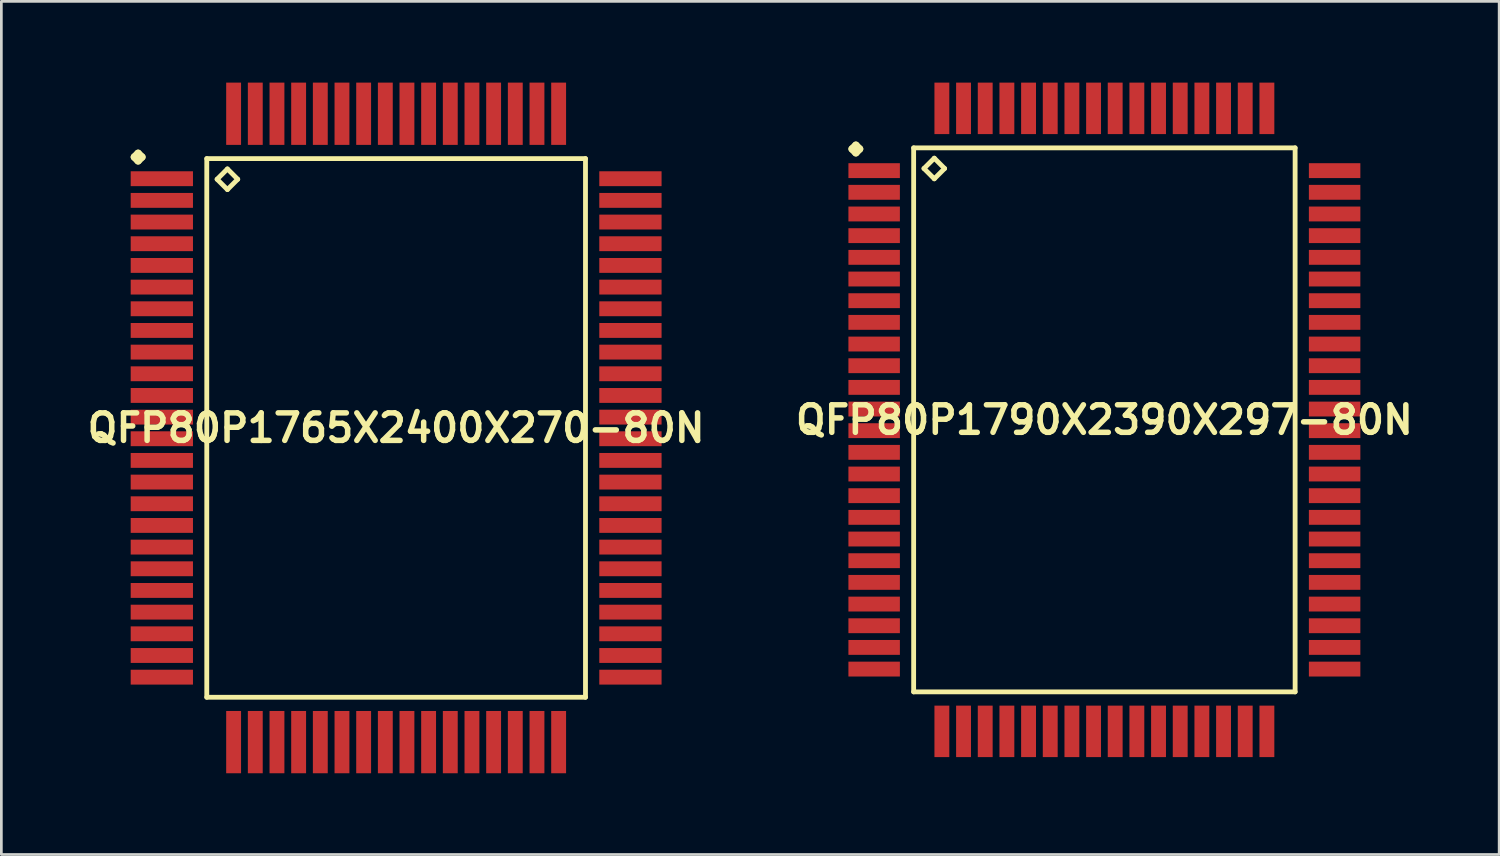
<source format=kicad_pcb>
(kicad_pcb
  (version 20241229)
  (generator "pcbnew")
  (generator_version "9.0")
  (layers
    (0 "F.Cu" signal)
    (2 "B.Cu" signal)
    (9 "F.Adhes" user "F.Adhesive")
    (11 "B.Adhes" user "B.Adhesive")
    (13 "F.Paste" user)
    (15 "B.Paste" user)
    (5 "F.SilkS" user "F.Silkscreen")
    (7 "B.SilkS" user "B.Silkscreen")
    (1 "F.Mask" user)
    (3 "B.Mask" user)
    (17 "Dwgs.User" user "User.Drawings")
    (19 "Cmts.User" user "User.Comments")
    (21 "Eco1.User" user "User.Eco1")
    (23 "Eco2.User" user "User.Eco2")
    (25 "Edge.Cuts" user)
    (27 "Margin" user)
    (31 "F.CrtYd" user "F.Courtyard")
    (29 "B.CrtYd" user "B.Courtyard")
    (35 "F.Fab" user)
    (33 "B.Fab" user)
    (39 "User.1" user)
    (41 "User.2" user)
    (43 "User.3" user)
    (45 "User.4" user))
  (footprint "QFP80P1765X2400X270-80N"
    (layer "F.Cu")
    (at 11.573 12.747)
    (property "Reference" "QFP80P1765X2400X270-80N" (at 0 0 0) (layer "F.SilkS") (effects (font (size 1.016 1.016) (thickness 0.203))))
    (attr smd)
    (fp_line (start -9.662 -10) (end -9.525 -10.137) (stroke (width 0.274) (type solid)) (layer "F.SilkS"))
    (fp_line (start -9.525 -10.137) (end -9.385 -10) (stroke (width 0.274) (type solid)) (layer "F.SilkS"))
    (fp_line (start -9.525 -9.86) (end -9.662 -10) (stroke (width 0.274) (type solid)) (layer "F.SilkS"))
    (fp_line (start -9.385 -10) (end -9.525 -9.86) (stroke (width 0.274) (type solid)) (layer "F.SilkS"))
    (fp_line (start -6.99 -9.942) (end -6.99 9.942) (stroke (width 0.178) (type solid)) (layer "F.SilkS"))
    (fp_line (start -6.99 9.942) (end 6.99 9.942) (stroke (width 0.178) (type solid)) (layer "F.SilkS"))
    (fp_line (start -6.609 -9.18) (end -6.228 -9.561) (stroke (width 0.178) (type solid)) (layer "F.SilkS"))
    (fp_line (start -6.228 -9.561) (end -5.847 -9.18) (stroke (width 0.178) (type solid)) (layer "F.SilkS"))
    (fp_line (start -6.228 -8.799) (end -6.609 -9.18) (stroke (width 0.178) (type solid)) (layer "F.SilkS"))
    (fp_line (start -5.847 -9.18) (end -6.228 -8.799) (stroke (width 0.178) (type solid)) (layer "F.SilkS"))
    (fp_line (start 6.99 -9.942) (end -6.99 -9.942) (stroke (width 0.178) (type solid)) (layer "F.SilkS"))
    (fp_line (start 6.99 9.942) (end 6.99 -9.942) (stroke (width 0.178) (type solid)) (layer "F.SilkS"))
    (pad "1" smd rect (at -8.649 -9.2) (size 2.299 0.549) (layers "F.Cu" "F.Mask" "F.Paste"))
    (pad "2" smd rect (at -8.649 -8.4) (size 2.299 0.549) (layers "F.Cu" "F.Mask" "F.Paste"))
    (pad "3" smd rect (at -8.649 -7.6) (size 2.299 0.549) (layers "F.Cu" "F.Mask" "F.Paste"))
    (pad "4" smd rect (at -8.649 -6.8) (size 2.299 0.549) (layers "F.Cu" "F.Mask" "F.Paste"))
    (pad "5" smd rect (at -8.649 -5.999) (size 2.299 0.549) (layers "F.Cu" "F.Mask" "F.Paste"))
    (pad "6" smd rect (at -8.649 -5.199) (size 2.299 0.549) (layers "F.Cu" "F.Mask" "F.Paste"))
    (pad "7" smd rect (at -8.649 -4.399) (size 2.299 0.549) (layers "F.Cu" "F.Mask" "F.Paste"))
    (pad "8" smd rect (at -8.649 -3.599) (size 2.299 0.549) (layers "F.Cu" "F.Mask" "F.Paste"))
    (pad "9" smd rect (at -8.649 -2.799) (size 2.299 0.549) (layers "F.Cu" "F.Mask" "F.Paste"))
    (pad "10" smd rect (at -8.649 -1.999) (size 2.299 0.549) (layers "F.Cu" "F.Mask" "F.Paste"))
    (pad "11" smd rect (at -8.649 -1.199) (size 2.299 0.549) (layers "F.Cu" "F.Mask" "F.Paste"))
    (pad "12" smd rect (at -8.649 -0.399) (size 2.299 0.549) (layers "F.Cu" "F.Mask" "F.Paste"))
    (pad "13" smd rect (at -8.649 0.399) (size 2.299 0.549) (layers "F.Cu" "F.Mask" "F.Paste"))
    (pad "14" smd rect (at -8.649 1.199) (size 2.299 0.549) (layers "F.Cu" "F.Mask" "F.Paste"))
    (pad "15" smd rect (at -8.649 1.999) (size 2.299 0.549) (layers "F.Cu" "F.Mask" "F.Paste"))
    (pad "16" smd rect (at -8.649 2.799) (size 2.299 0.549) (layers "F.Cu" "F.Mask" "F.Paste"))
    (pad "17" smd rect (at -8.649 3.599) (size 2.299 0.549) (layers "F.Cu" "F.Mask" "F.Paste"))
    (pad "18" smd rect (at -8.649 4.399) (size 2.299 0.549) (layers "F.Cu" "F.Mask" "F.Paste"))
    (pad "19" smd rect (at -8.649 5.199) (size 2.299 0.549) (layers "F.Cu" "F.Mask" "F.Paste"))
    (pad "20" smd rect (at -8.649 5.999) (size 2.299 0.549) (layers "F.Cu" "F.Mask" "F.Paste"))
    (pad "21" smd rect (at -8.649 6.8) (size 2.299 0.549) (layers "F.Cu" "F.Mask" "F.Paste"))
    (pad "22" smd rect (at -8.649 7.6) (size 2.299 0.549) (layers "F.Cu" "F.Mask" "F.Paste"))
    (pad "23" smd rect (at -8.649 8.4) (size 2.299 0.549) (layers "F.Cu" "F.Mask" "F.Paste"))
    (pad "24" smd rect (at -8.649 9.2) (size 2.299 0.549) (layers "F.Cu" "F.Mask" "F.Paste"))
    (pad "25" smd rect (at -5.999 11.598) (size 0.549 2.299) (layers "F.Cu" "F.Mask" "F.Paste"))
    (pad "26" smd rect (at -5.199 11.598) (size 0.549 2.299) (layers "F.Cu" "F.Mask" "F.Paste"))
    (pad "27" smd rect (at -4.399 11.598) (size 0.549 2.299) (layers "F.Cu" "F.Mask" "F.Paste"))
    (pad "28" smd rect (at -3.599 11.598) (size 0.549 2.299) (layers "F.Cu" "F.Mask" "F.Paste"))
    (pad "29" smd rect (at -2.799 11.598) (size 0.549 2.299) (layers "F.Cu" "F.Mask" "F.Paste"))
    (pad "30" smd rect (at -1.999 11.598) (size 0.549 2.299) (layers "F.Cu" "F.Mask" "F.Paste"))
    (pad "31" smd rect (at -1.199 11.598) (size 0.549 2.299) (layers "F.Cu" "F.Mask" "F.Paste"))
    (pad "32" smd rect (at -0.399 11.598) (size 0.549 2.299) (layers "F.Cu" "F.Mask" "F.Paste"))
    (pad "33" smd rect (at 0.399 11.598) (size 0.549 2.299) (layers "F.Cu" "F.Mask" "F.Paste"))
    (pad "34" smd rect (at 1.199 11.598) (size 0.549 2.299) (layers "F.Cu" "F.Mask" "F.Paste"))
    (pad "35" smd rect (at 1.999 11.598) (size 0.549 2.299) (layers "F.Cu" "F.Mask" "F.Paste"))
    (pad "36" smd rect (at 2.799 11.598) (size 0.549 2.299) (layers "F.Cu" "F.Mask" "F.Paste"))
    (pad "37" smd rect (at 3.599 11.598) (size 0.549 2.299) (layers "F.Cu" "F.Mask" "F.Paste"))
    (pad "38" smd rect (at 4.399 11.598) (size 0.549 2.299) (layers "F.Cu" "F.Mask" "F.Paste"))
    (pad "39" smd rect (at 5.199 11.598) (size 0.549 2.299) (layers "F.Cu" "F.Mask" "F.Paste"))
    (pad "40" smd rect (at 5.999 11.598) (size 0.549 2.299) (layers "F.Cu" "F.Mask" "F.Paste"))
    (pad "41" smd rect (at 8.649 9.2) (size 2.299 0.549) (layers "F.Cu" "F.Mask" "F.Paste"))
    (pad "42" smd rect (at 8.649 8.4) (size 2.299 0.549) (layers "F.Cu" "F.Mask" "F.Paste"))
    (pad "43" smd rect (at 8.649 7.6) (size 2.299 0.549) (layers "F.Cu" "F.Mask" "F.Paste"))
    (pad "44" smd rect (at 8.649 6.8) (size 2.299 0.549) (layers "F.Cu" "F.Mask" "F.Paste"))
    (pad "45" smd rect (at 8.649 5.999) (size 2.299 0.549) (layers "F.Cu" "F.Mask" "F.Paste"))
    (pad "46" smd rect (at 8.649 5.199) (size 2.299 0.549) (layers "F.Cu" "F.Mask" "F.Paste"))
    (pad "47" smd rect (at 8.649 4.399) (size 2.299 0.549) (layers "F.Cu" "F.Mask" "F.Paste"))
    (pad "48" smd rect (at 8.649 3.599) (size 2.299 0.549) (layers "F.Cu" "F.Mask" "F.Paste"))
    (pad "49" smd rect (at 8.649 2.799) (size 2.299 0.549) (layers "F.Cu" "F.Mask" "F.Paste"))
    (pad "50" smd rect (at 8.649 1.999) (size 2.299 0.549) (layers "F.Cu" "F.Mask" "F.Paste"))
    (pad "51" smd rect (at 8.649 1.199) (size 2.299 0.549) (layers "F.Cu" "F.Mask" "F.Paste"))
    (pad "52" smd rect (at 8.649 0.399) (size 2.299 0.549) (layers "F.Cu" "F.Mask" "F.Paste"))
    (pad "53" smd rect (at 8.649 -0.399) (size 2.299 0.549) (layers "F.Cu" "F.Mask" "F.Paste"))
    (pad "54" smd rect (at 8.649 -1.199) (size 2.299 0.549) (layers "F.Cu" "F.Mask" "F.Paste"))
    (pad "55" smd rect (at 8.649 -1.999) (size 2.299 0.549) (layers "F.Cu" "F.Mask" "F.Paste"))
    (pad "56" smd rect (at 8.649 -2.799) (size 2.299 0.549) (layers "F.Cu" "F.Mask" "F.Paste"))
    (pad "57" smd rect (at 8.649 -3.599) (size 2.299 0.549) (layers "F.Cu" "F.Mask" "F.Paste"))
    (pad "58" smd rect (at 8.649 -4.399) (size 2.299 0.549) (layers "F.Cu" "F.Mask" "F.Paste"))
    (pad "59" smd rect (at 8.649 -5.199) (size 2.299 0.549) (layers "F.Cu" "F.Mask" "F.Paste"))
    (pad "60" smd rect (at 8.649 -5.999) (size 2.299 0.549) (layers "F.Cu" "F.Mask" "F.Paste"))
    (pad "61" smd rect (at 8.649 -6.8) (size 2.299 0.549) (layers "F.Cu" "F.Mask" "F.Paste"))
    (pad "62" smd rect (at 8.649 -7.6) (size 2.299 0.549) (layers "F.Cu" "F.Mask" "F.Paste"))
    (pad "63" smd rect (at 8.649 -8.4) (size 2.299 0.549) (layers "F.Cu" "F.Mask" "F.Paste"))
    (pad "64" smd rect (at 8.649 -9.2) (size 2.299 0.549) (layers "F.Cu" "F.Mask" "F.Paste"))
    (pad "65" smd rect (at 5.999 -11.598) (size 0.549 2.299) (layers "F.Cu" "F.Mask" "F.Paste"))
    (pad "66" smd rect (at 5.199 -11.598) (size 0.549 2.299) (layers "F.Cu" "F.Mask" "F.Paste"))
    (pad "67" smd rect (at 4.399 -11.598) (size 0.549 2.299) (layers "F.Cu" "F.Mask" "F.Paste"))
    (pad "68" smd rect (at 3.599 -11.598) (size 0.549 2.299) (layers "F.Cu" "F.Mask" "F.Paste"))
    (pad "69" smd rect (at 2.799 -11.598) (size 0.549 2.299) (layers "F.Cu" "F.Mask" "F.Paste"))
    (pad "70" smd rect (at 1.999 -11.598) (size 0.549 2.299) (layers "F.Cu" "F.Mask" "F.Paste"))
    (pad "71" smd rect (at 1.199 -11.598) (size 0.549 2.299) (layers "F.Cu" "F.Mask" "F.Paste"))
    (pad "72" smd rect (at 0.399 -11.598) (size 0.549 2.299) (layers "F.Cu" "F.Mask" "F.Paste"))
    (pad "73" smd rect (at -0.399 -11.598) (size 0.549 2.299) (layers "F.Cu" "F.Mask" "F.Paste"))
    (pad "74" smd rect (at -1.199 -11.598) (size 0.549 2.299) (layers "F.Cu" "F.Mask" "F.Paste"))
    (pad "75" smd rect (at -1.999 -11.598) (size 0.549 2.299) (layers "F.Cu" "F.Mask" "F.Paste"))
    (pad "76" smd rect (at -2.799 -11.598) (size 0.549 2.299) (layers "F.Cu" "F.Mask" "F.Paste"))
    (pad "77" smd rect (at -3.599 -11.598) (size 0.549 2.299) (layers "F.Cu" "F.Mask" "F.Paste"))
    (pad "78" smd rect (at -4.399 -11.598) (size 0.549 2.299) (layers "F.Cu" "F.Mask" "F.Paste"))
    (pad "79" smd rect (at -5.199 -11.598) (size 0.549 2.299) (layers "F.Cu" "F.Mask" "F.Paste"))
    (pad "80" smd rect (at -5.999 -11.598) (size 0.549 2.299) (layers "F.Cu" "F.Mask" "F.Paste")))
  (footprint "QFP80P1790X2390X297-80N"
    (layer "F.Cu")
    (at 37.718 12.449)
    (property "Reference" "QFP80P1790X2390X297-80N" (at 0 0 0) (layer "F.SilkS") (effects (font (size 1.016 1.016) (thickness 0.203))))
    (attr smd)
    (fp_line (start -9.312 -10) (end -9.174 -10.137) (stroke (width 0.274) (type solid)) (layer "F.SilkS"))
    (fp_line (start -9.174 -10.137) (end -9.037 -10) (stroke (width 0.274) (type solid)) (layer "F.SilkS"))
    (fp_line (start -9.174 -9.86) (end -9.312 -10) (stroke (width 0.274) (type solid)) (layer "F.SilkS"))
    (fp_line (start -9.037 -10) (end -9.174 -9.86) (stroke (width 0.274) (type solid)) (layer "F.SilkS"))
    (fp_line (start -7.041 -10.041) (end -7.041 10.041) (stroke (width 0.178) (type solid)) (layer "F.SilkS"))
    (fp_line (start -7.041 10.041) (end 7.041 10.041) (stroke (width 0.178) (type solid)) (layer "F.SilkS"))
    (fp_line (start -6.66 -9.279) (end -6.279 -9.66) (stroke (width 0.178) (type solid)) (layer "F.SilkS"))
    (fp_line (start -6.279 -9.66) (end -5.898 -9.279) (stroke (width 0.178) (type solid)) (layer "F.SilkS"))
    (fp_line (start -6.279 -8.898) (end -6.66 -9.279) (stroke (width 0.178) (type solid)) (layer "F.SilkS"))
    (fp_line (start -5.898 -9.279) (end -6.279 -8.898) (stroke (width 0.178) (type solid)) (layer "F.SilkS"))
    (fp_line (start 7.041 -10.041) (end -7.041 -10.041) (stroke (width 0.178) (type solid)) (layer "F.SilkS"))
    (fp_line (start 7.041 10.041) (end 7.041 -10.041) (stroke (width 0.178) (type solid)) (layer "F.SilkS"))
    (pad "1" smd rect (at -8.499 -9.2) (size 1.9 0.549) (layers "F.Cu" "F.Mask" "F.Paste"))
    (pad "2" smd rect (at -8.499 -8.4) (size 1.9 0.549) (layers "F.Cu" "F.Mask" "F.Paste"))
    (pad "3" smd rect (at -8.499 -7.6) (size 1.9 0.549) (layers "F.Cu" "F.Mask" "F.Paste"))
    (pad "4" smd rect (at -8.499 -6.8) (size 1.9 0.549) (layers "F.Cu" "F.Mask" "F.Paste"))
    (pad "5" smd rect (at -8.499 -5.999) (size 1.9 0.549) (layers "F.Cu" "F.Mask" "F.Paste"))
    (pad "6" smd rect (at -8.499 -5.199) (size 1.9 0.549) (layers "F.Cu" "F.Mask" "F.Paste"))
    (pad "7" smd rect (at -8.499 -4.399) (size 1.9 0.549) (layers "F.Cu" "F.Mask" "F.Paste"))
    (pad "8" smd rect (at -8.499 -3.599) (size 1.9 0.549) (layers "F.Cu" "F.Mask" "F.Paste"))
    (pad "9" smd rect (at -8.499 -2.799) (size 1.9 0.549) (layers "F.Cu" "F.Mask" "F.Paste"))
    (pad "10" smd rect (at -8.499 -1.999) (size 1.9 0.549) (layers "F.Cu" "F.Mask" "F.Paste"))
    (pad "11" smd rect (at -8.499 -1.199) (size 1.9 0.549) (layers "F.Cu" "F.Mask" "F.Paste"))
    (pad "12" smd rect (at -8.499 -0.399) (size 1.9 0.549) (layers "F.Cu" "F.Mask" "F.Paste"))
    (pad "13" smd rect (at -8.499 0.399) (size 1.9 0.549) (layers "F.Cu" "F.Mask" "F.Paste"))
    (pad "14" smd rect (at -8.499 1.199) (size 1.9 0.549) (layers "F.Cu" "F.Mask" "F.Paste"))
    (pad "15" smd rect (at -8.499 1.999) (size 1.9 0.549) (layers "F.Cu" "F.Mask" "F.Paste"))
    (pad "16" smd rect (at -8.499 2.799) (size 1.9 0.549) (layers "F.Cu" "F.Mask" "F.Paste"))
    (pad "17" smd rect (at -8.499 3.599) (size 1.9 0.549) (layers "F.Cu" "F.Mask" "F.Paste"))
    (pad "18" smd rect (at -8.499 4.399) (size 1.9 0.549) (layers "F.Cu" "F.Mask" "F.Paste"))
    (pad "19" smd rect (at -8.499 5.199) (size 1.9 0.549) (layers "F.Cu" "F.Mask" "F.Paste"))
    (pad "20" smd rect (at -8.499 5.999) (size 1.9 0.549) (layers "F.Cu" "F.Mask" "F.Paste"))
    (pad "21" smd rect (at -8.499 6.8) (size 1.9 0.549) (layers "F.Cu" "F.Mask" "F.Paste"))
    (pad "22" smd rect (at -8.499 7.6) (size 1.9 0.549) (layers "F.Cu" "F.Mask" "F.Paste"))
    (pad "23" smd rect (at -8.499 8.4) (size 1.9 0.549) (layers "F.Cu" "F.Mask" "F.Paste"))
    (pad "24" smd rect (at -8.499 9.2) (size 1.9 0.549) (layers "F.Cu" "F.Mask" "F.Paste"))
    (pad "25" smd rect (at -5.999 11.499) (size 0.549 1.9) (layers "F.Cu" "F.Mask" "F.Paste"))
    (pad "26" smd rect (at -5.199 11.499) (size 0.549 1.9) (layers "F.Cu" "F.Mask" "F.Paste"))
    (pad "27" smd rect (at -4.399 11.499) (size 0.549 1.9) (layers "F.Cu" "F.Mask" "F.Paste"))
    (pad "28" smd rect (at -3.599 11.499) (size 0.549 1.9) (layers "F.Cu" "F.Mask" "F.Paste"))
    (pad "29" smd rect (at -2.799 11.499) (size 0.549 1.9) (layers "F.Cu" "F.Mask" "F.Paste"))
    (pad "30" smd rect (at -1.999 11.499) (size 0.549 1.9) (layers "F.Cu" "F.Mask" "F.Paste"))
    (pad "31" smd rect (at -1.199 11.499) (size 0.549 1.9) (layers "F.Cu" "F.Mask" "F.Paste"))
    (pad "32" smd rect (at -0.399 11.499) (size 0.549 1.9) (layers "F.Cu" "F.Mask" "F.Paste"))
    (pad "33" smd rect (at 0.399 11.499) (size 0.549 1.9) (layers "F.Cu" "F.Mask" "F.Paste"))
    (pad "34" smd rect (at 1.199 11.499) (size 0.549 1.9) (layers "F.Cu" "F.Mask" "F.Paste"))
    (pad "35" smd rect (at 1.999 11.499) (size 0.549 1.9) (layers "F.Cu" "F.Mask" "F.Paste"))
    (pad "36" smd rect (at 2.799 11.499) (size 0.549 1.9) (layers "F.Cu" "F.Mask" "F.Paste"))
    (pad "37" smd rect (at 3.599 11.499) (size 0.549 1.9) (layers "F.Cu" "F.Mask" "F.Paste"))
    (pad "38" smd rect (at 4.399 11.499) (size 0.549 1.9) (layers "F.Cu" "F.Mask" "F.Paste"))
    (pad "39" smd rect (at 5.199 11.499) (size 0.549 1.9) (layers "F.Cu" "F.Mask" "F.Paste"))
    (pad "40" smd rect (at 5.999 11.499) (size 0.549 1.9) (layers "F.Cu" "F.Mask" "F.Paste"))
    (pad "41" smd rect (at 8.499 9.2) (size 1.9 0.549) (layers "F.Cu" "F.Mask" "F.Paste"))
    (pad "42" smd rect (at 8.499 8.4) (size 1.9 0.549) (layers "F.Cu" "F.Mask" "F.Paste"))
    (pad "43" smd rect (at 8.499 7.6) (size 1.9 0.549) (layers "F.Cu" "F.Mask" "F.Paste"))
    (pad "44" smd rect (at 8.499 6.8) (size 1.9 0.549) (layers "F.Cu" "F.Mask" "F.Paste"))
    (pad "45" smd rect (at 8.499 5.999) (size 1.9 0.549) (layers "F.Cu" "F.Mask" "F.Paste"))
    (pad "46" smd rect (at 8.499 5.199) (size 1.9 0.549) (layers "F.Cu" "F.Mask" "F.Paste"))
    (pad "47" smd rect (at 8.499 4.399) (size 1.9 0.549) (layers "F.Cu" "F.Mask" "F.Paste"))
    (pad "48" smd rect (at 8.499 3.599) (size 1.9 0.549) (layers "F.Cu" "F.Mask" "F.Paste"))
    (pad "49" smd rect (at 8.499 2.799) (size 1.9 0.549) (layers "F.Cu" "F.Mask" "F.Paste"))
    (pad "50" smd rect (at 8.499 1.999) (size 1.9 0.549) (layers "F.Cu" "F.Mask" "F.Paste"))
    (pad "51" smd rect (at 8.499 1.199) (size 1.9 0.549) (layers "F.Cu" "F.Mask" "F.Paste"))
    (pad "52" smd rect (at 8.499 0.399) (size 1.9 0.549) (layers "F.Cu" "F.Mask" "F.Paste"))
    (pad "53" smd rect (at 8.499 -0.399) (size 1.9 0.549) (layers "F.Cu" "F.Mask" "F.Paste"))
    (pad "54" smd rect (at 8.499 -1.199) (size 1.9 0.549) (layers "F.Cu" "F.Mask" "F.Paste"))
    (pad "55" smd rect (at 8.499 -1.999) (size 1.9 0.549) (layers "F.Cu" "F.Mask" "F.Paste"))
    (pad "56" smd rect (at 8.499 -2.799) (size 1.9 0.549) (layers "F.Cu" "F.Mask" "F.Paste"))
    (pad "57" smd rect (at 8.499 -3.599) (size 1.9 0.549) (layers "F.Cu" "F.Mask" "F.Paste"))
    (pad "58" smd rect (at 8.499 -4.399) (size 1.9 0.549) (layers "F.Cu" "F.Mask" "F.Paste"))
    (pad "59" smd rect (at 8.499 -5.199) (size 1.9 0.549) (layers "F.Cu" "F.Mask" "F.Paste"))
    (pad "60" smd rect (at 8.499 -5.999) (size 1.9 0.549) (layers "F.Cu" "F.Mask" "F.Paste"))
    (pad "61" smd rect (at 8.499 -6.8) (size 1.9 0.549) (layers "F.Cu" "F.Mask" "F.Paste"))
    (pad "62" smd rect (at 8.499 -7.6) (size 1.9 0.549) (layers "F.Cu" "F.Mask" "F.Paste"))
    (pad "63" smd rect (at 8.499 -8.4) (size 1.9 0.549) (layers "F.Cu" "F.Mask" "F.Paste"))
    (pad "64" smd rect (at 8.499 -9.2) (size 1.9 0.549) (layers "F.Cu" "F.Mask" "F.Paste"))
    (pad "65" smd rect (at 5.999 -11.499) (size 0.549 1.9) (layers "F.Cu" "F.Mask" "F.Paste"))
    (pad "66" smd rect (at 5.199 -11.499) (size 0.549 1.9) (layers "F.Cu" "F.Mask" "F.Paste"))
    (pad "67" smd rect (at 4.399 -11.499) (size 0.549 1.9) (layers "F.Cu" "F.Mask" "F.Paste"))
    (pad "68" smd rect (at 3.599 -11.499) (size 0.549 1.9) (layers "F.Cu" "F.Mask" "F.Paste"))
    (pad "69" smd rect (at 2.799 -11.499) (size 0.549 1.9) (layers "F.Cu" "F.Mask" "F.Paste"))
    (pad "70" smd rect (at 1.999 -11.499) (size 0.549 1.9) (layers "F.Cu" "F.Mask" "F.Paste"))
    (pad "71" smd rect (at 1.199 -11.499) (size 0.549 1.9) (layers "F.Cu" "F.Mask" "F.Paste"))
    (pad "72" smd rect (at 0.399 -11.499) (size 0.549 1.9) (layers "F.Cu" "F.Mask" "F.Paste"))
    (pad "73" smd rect (at -0.399 -11.499) (size 0.549 1.9) (layers "F.Cu" "F.Mask" "F.Paste"))
    (pad "74" smd rect (at -1.199 -11.499) (size 0.549 1.9) (layers "F.Cu" "F.Mask" "F.Paste"))
    (pad "75" smd rect (at -1.999 -11.499) (size 0.549 1.9) (layers "F.Cu" "F.Mask" "F.Paste"))
    (pad "76" smd rect (at -2.799 -11.499) (size 0.549 1.9) (layers "F.Cu" "F.Mask" "F.Paste"))
    (pad "77" smd rect (at -3.599 -11.499) (size 0.549 1.9) (layers "F.Cu" "F.Mask" "F.Paste"))
    (pad "78" smd rect (at -4.399 -11.499) (size 0.549 1.9) (layers "F.Cu" "F.Mask" "F.Paste"))
    (pad "79" smd rect (at -5.199 -11.499) (size 0.549 1.9) (layers "F.Cu" "F.Mask" "F.Paste"))
    (pad "80" smd rect (at -5.999 -11.499) (size 0.549 1.9) (layers "F.Cu" "F.Mask" "F.Paste")))
  (gr_rect
    (start -3 -3)
    (end 52.291 28.494)
    (stroke (width 0.1) (type default))
    (fill no)
    (layer "Edge.Cuts")))
</source>
